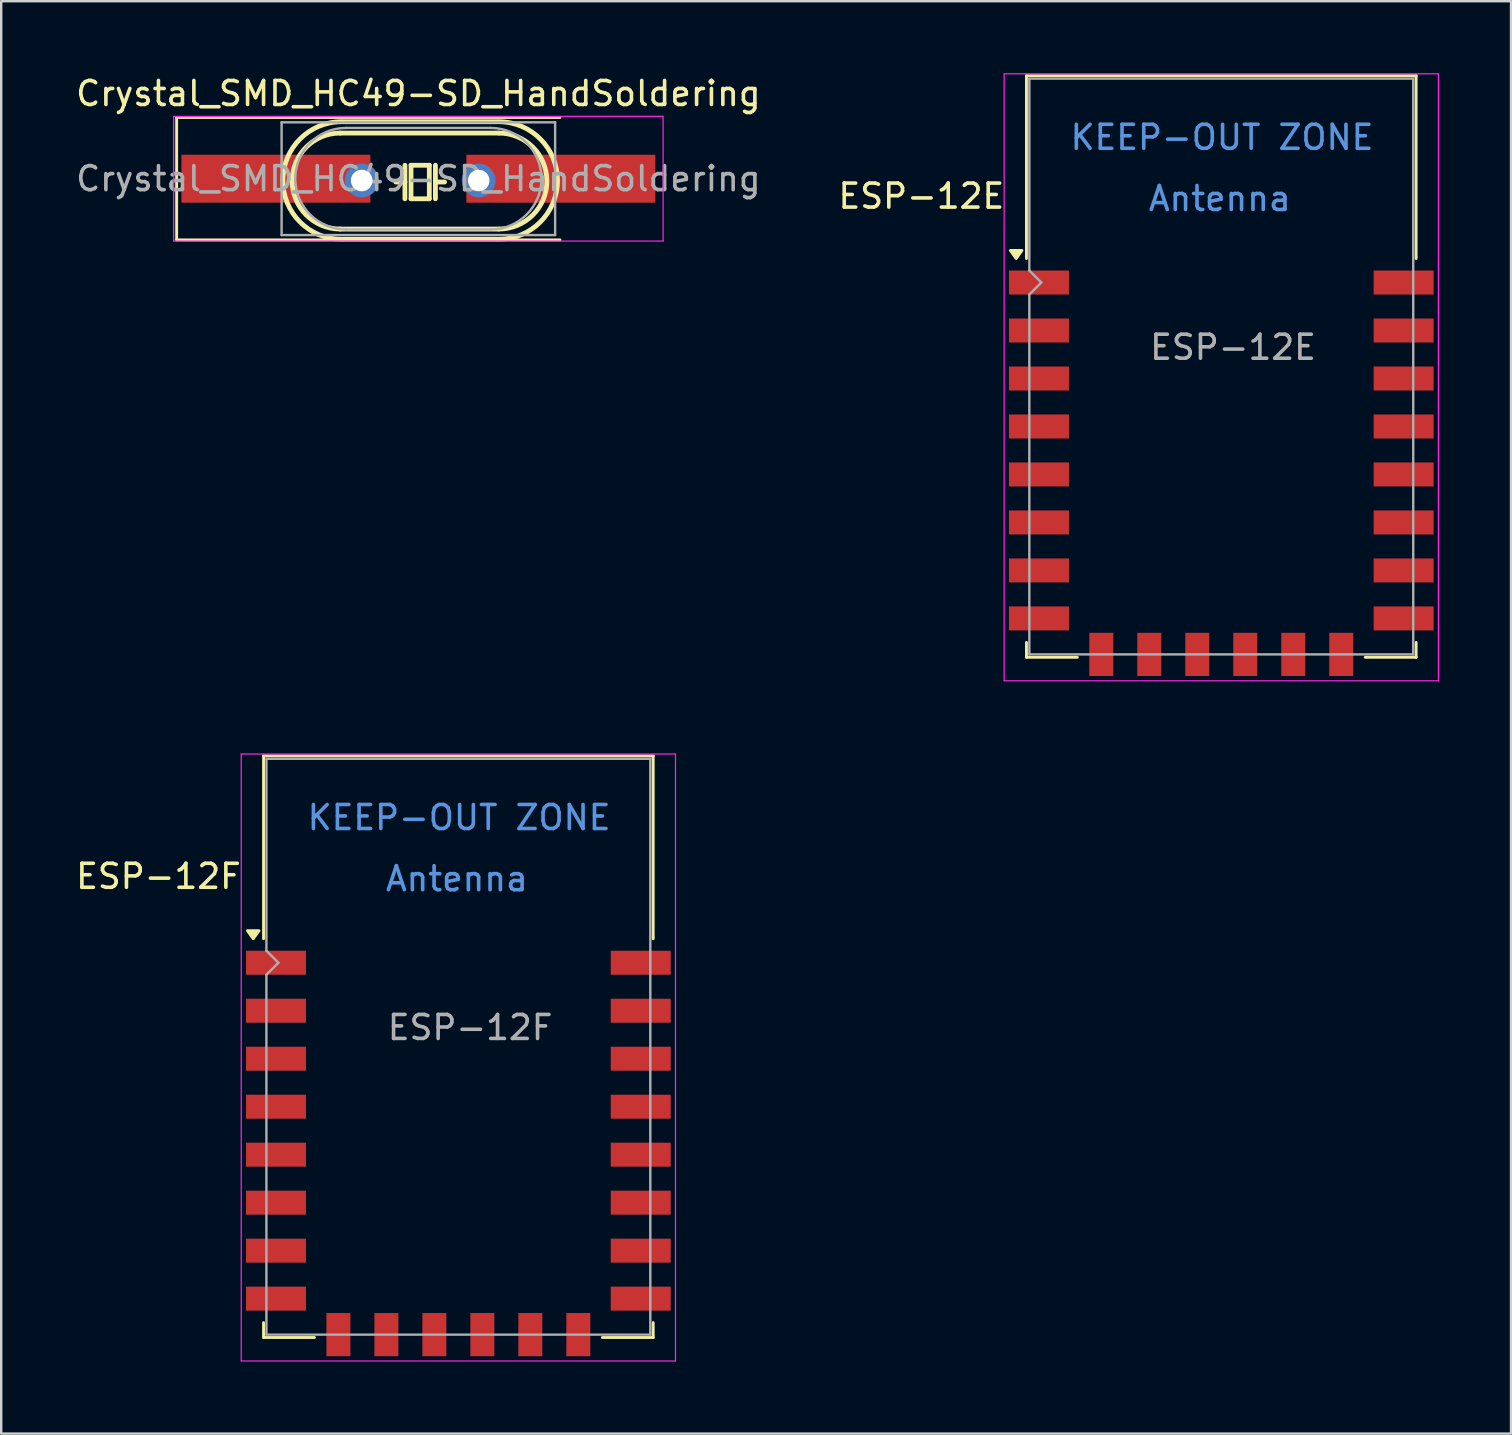
<source format=kicad_pcb>
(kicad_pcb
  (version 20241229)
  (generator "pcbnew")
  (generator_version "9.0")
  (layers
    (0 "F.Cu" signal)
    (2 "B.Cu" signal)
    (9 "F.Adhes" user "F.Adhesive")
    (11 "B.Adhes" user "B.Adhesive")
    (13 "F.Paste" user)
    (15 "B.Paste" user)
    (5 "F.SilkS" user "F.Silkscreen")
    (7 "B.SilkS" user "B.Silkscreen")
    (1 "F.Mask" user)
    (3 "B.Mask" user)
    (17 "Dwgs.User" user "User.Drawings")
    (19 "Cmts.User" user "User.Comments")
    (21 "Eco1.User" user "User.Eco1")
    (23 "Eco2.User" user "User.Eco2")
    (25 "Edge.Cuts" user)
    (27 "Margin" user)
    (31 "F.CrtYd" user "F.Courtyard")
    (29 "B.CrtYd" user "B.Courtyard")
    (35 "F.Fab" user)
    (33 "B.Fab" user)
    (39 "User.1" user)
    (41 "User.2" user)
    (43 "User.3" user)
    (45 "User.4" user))
  (footprint "Crystal_SMD_HC49-SD_HandSoldering"
    (layer "F.Cu")
    (at 14.387 4.398)
    (property "Reference" "Crystal_SMD_HC49-SD_HandSoldering" (at 0 -3.55 180) (layer "F.SilkS") (effects (font (size 1 1) (thickness 0.15))))
    (attr smd)
    (fp_line (start -10.075 -2.55) (end -10.075 2.55) (stroke (width 0.12) (type solid)) (layer "F.SilkS"))
    (fp_line (start -10.075 2.55) (end 5.9 2.55) (stroke (width 0.12) (type solid)) (layer "F.SilkS"))
    (fp_line (start -0.56 -0.56) (end -0.56 0.837) (stroke (width 0.2) (type default)) (layer "F.SilkS"))
    (fp_line (start -0.56 0.138) (end -0.941 0.138) (stroke (width 0.2) (type default)) (layer "F.SilkS"))
    (fp_line (start -0.306 -0.56) (end -0.306 0.837) (stroke (width 0.2) (type default)) (layer "F.SilkS"))
    (fp_line (start 0.456 -0.56) (end -0.306 -0.56) (stroke (width 0.2) (type default)) (layer "F.SilkS"))
    (fp_line (start 0.456 -0.56) (end 0.456 0.837) (stroke (width 0.2) (type default)) (layer "F.SilkS"))
    (fp_line (start 0.456 0.837) (end -0.306 0.837) (stroke (width 0.2) (type default)) (layer "F.SilkS"))
    (fp_line (start 0.71 -0.56) (end 0.71 0.837) (stroke (width 0.2) (type default)) (layer "F.SilkS"))
    (fp_line (start 1.091 0.138) (end 0.71 0.138) (stroke (width 0.2) (type default)) (layer "F.SilkS"))
    (fp_line (start 3.275 -2.375) (end -3.125 -2.375) (stroke (width 0.2) (type default)) (layer "F.SilkS"))
    (fp_line (start 3.275 2.525) (end -3.125 2.525) (stroke (width 0.2) (type default)) (layer "F.SilkS"))
    (fp_line (start 3.356 -1.902) (end -3.259 -1.902) (stroke (width 0.2) (type default)) (layer "F.SilkS"))
    (fp_line (start 3.356 2.098) (end -3.259 2.098) (stroke (width 0.2) (type default)) (layer "F.SilkS"))
    (fp_line (start 5.9 -2.55) (end -10.075 -2.55) (stroke (width 0.12) (type solid)) (layer "F.SilkS"))
    (fp_arc (start -3.259435 2.098184) (mid -5.259435 0.098184) (end -3.259435 -1.901816) (stroke (width 0.2) (type default)) (layer "F.SilkS"))
    (fp_arc (start -3.198435 2.524684) (mid -5.648435 0.074684) (end -3.198435 -2.375316) (stroke (width 0.2) (type default)) (layer "F.SilkS"))
    (fp_arc (start 3.347565 -2.375316) (mid 5.797565 0.074684) (end 3.347565 2.524684) (stroke (width 0.2) (type default)) (layer "F.SilkS"))
    (fp_arc (start 3.356065 -1.901816) (mid 5.356065 0.098184) (end 3.356065 2.098184) (stroke (width 0.2) (type default)) (layer "F.SilkS"))
    (fp_poly (pts (xy -6.525 2.425) (xy 6.675 2.425) (xy 6.675 -2.275) (xy -6.525 -2.275)) (stroke (width 0.1) (type default)) (fill no) (layer "Eco2.User"))
    (fp_line (start -10.2 -2.6) (end -10.2 2.6) (stroke (width 0.05) (type solid)) (layer "F.CrtYd"))
    (fp_line (start -10.2 2.6) (end 10.2 2.6) (stroke (width 0.05) (type solid)) (layer "F.CrtYd"))
    (fp_line (start 10.2 -2.6) (end -10.2 -2.6) (stroke (width 0.05) (type solid)) (layer "F.CrtYd"))
    (fp_line (start 10.2 2.6) (end 10.2 -2.6) (stroke (width 0.05) (type solid)) (layer "F.CrtYd"))
    (fp_line (start -5.7 -2.35) (end -5.7 2.35) (stroke (width 0.1) (type solid)) (layer "F.Fab"))
    (fp_line (start -5.7 2.35) (end 5.7 2.35) (stroke (width 0.1) (type solid)) (layer "F.Fab"))
    (fp_line (start -3.015 -2.115) (end 3.015 -2.115) (stroke (width 0.1) (type solid)) (layer "F.Fab"))
    (fp_line (start -3.015 2.115) (end 3.015 2.115) (stroke (width 0.1) (type solid)) (layer "F.Fab"))
    (fp_line (start 5.7 -2.35) (end -5.7 -2.35) (stroke (width 0.1) (type solid)) (layer "F.Fab"))
    (fp_line (start 5.7 2.35) (end 5.7 -2.35) (stroke (width 0.1) (type solid)) (layer "F.Fab"))
    (fp_arc (start -3.015 2.115) (mid -5.13 0) (end -3.015 -2.115) (stroke (width 0.1) (type solid)) (layer "F.Fab"))
    (fp_arc (start 3.015 -2.115) (mid 5.13 0) (end 3.015 2.115) (stroke (width 0.1) (type solid)) (layer "F.Fab"))
    (fp_text user "${REFERENCE}" (at 0 0 180) (layer "F.Fab") (effects (font (size 1 1) (thickness 0.15))))
    (pad "1" smd rect (at -5.938 0) (size 7.875 2) (layers "F.Cu" "F.Mask" "F.Paste"))
    (pad "1" thru_hole circle (at -2.363 0.075) (size 1.4 1.4) (drill 0.9) (layers "*.Cu" "*.Mask"))
    (pad "2" thru_hole circle (at 2.513 0.075) (size 1.4 1.4) (drill 0.9) (layers "*.Cu" "*.Mask"))
    (pad "2" smd rect (at 5.938 0) (size 7.875 2) (layers "F.Cu" "F.Mask" "F.Paste")))
  (footprint "ESP-12F"
    (layer "F.Cu")
    (at 16.054 40.575)
    (property "Reference" "ESP-12F" (at -12.5 -7.1 0) (layer "F.SilkS") (effects (font (size 1 1) (thickness 0.15))))
    (attr smd)
    (fp_line (start -8.12 -12.12) (end 8.12 -12.12) (stroke (width 0.12) (type solid)) (layer "F.SilkS"))
    (fp_line (start -8.12 -4.5) (end -8.12 -12.12) (stroke (width 0.12) (type solid)) (layer "F.SilkS"))
    (fp_line (start -8.12 12.12) (end -8.12 11.5) (stroke (width 0.12) (type solid)) (layer "F.SilkS"))
    (fp_line (start -6 12.12) (end -8.12 12.12) (stroke (width 0.12) (type solid)) (layer "F.SilkS"))
    (fp_line (start 8.12 -12.12) (end 8.12 -4.5) (stroke (width 0.12) (type solid)) (layer "F.SilkS"))
    (fp_line (start 8.12 11.5) (end 8.12 12.12) (stroke (width 0.12) (type solid)) (layer "F.SilkS"))
    (fp_line (start 8.12 12.12) (end 6 12.12) (stroke (width 0.12) (type solid)) (layer "F.SilkS"))
    (fp_poly (pts (xy -8.55 -4.5) (xy -8.79 -4.836) (xy -8.31 -4.836) (xy -8.55 -4.5)) (stroke (width 0.12) (type solid)) (fill yes) (layer "F.SilkS"))
    (fp_line (start -9.05 -12.2) (end 9.05 -12.2) (stroke (width 0.05) (type solid)) (layer "F.CrtYd"))
    (fp_line (start -9.05 13.1) (end -9.05 -12.2) (stroke (width 0.05) (type solid)) (layer "F.CrtYd"))
    (fp_line (start 9.05 -12.2) (end 9.05 13.1) (stroke (width 0.05) (type solid)) (layer "F.CrtYd"))
    (fp_line (start 9.05 13.1) (end -9.05 13.1) (stroke (width 0.05) (type solid)) (layer "F.CrtYd"))
    (fp_line (start -8 -12) (end 8 -12) (stroke (width 0.1) (type solid)) (layer "F.Fab"))
    (fp_line (start -8 -4) (end -8 -12) (stroke (width 0.1) (type solid)) (layer "F.Fab"))
    (fp_line (start -8 -3) (end -7.5 -3.5) (stroke (width 0.1) (type solid)) (layer "F.Fab"))
    (fp_line (start -8 12) (end -8 -3) (stroke (width 0.1) (type solid)) (layer "F.Fab"))
    (fp_line (start -7.5 -3.5) (end -8 -4) (stroke (width 0.1) (type solid)) (layer "F.Fab"))
    (fp_line (start 8 -12) (end 8 12) (stroke (width 0.1) (type solid)) (layer "F.Fab"))
    (fp_line (start 8 12) (end -8 12) (stroke (width 0.1) (type solid)) (layer "F.Fab"))
    (fp_text user "Antenna" (at -0.06 -7 180) (layer "Cmts.User") (effects (font (size 1 1) (thickness 0.15))))
    (fp_text user "KEEP-OUT ZONE" (at 0.03 -9.55 180) (layer "Cmts.User") (effects (font (size 1 1) (thickness 0.15))))
    (fp_text user "${REFERENCE}" (at 0.49 -0.8 0) (layer "F.Fab") (effects (font (size 1 1) (thickness 0.15))))
    (pad "1" smd rect (at -7.6 -3.5) (size 2.5 1) (layers "F.Cu" "F.Mask" "F.Paste"))
    (pad "2" smd rect (at -7.6 -1.5) (size 2.5 1) (layers "F.Cu" "F.Mask" "F.Paste"))
    (pad "3" smd rect (at -7.6 0.5) (size 2.5 1) (layers "F.Cu" "F.Mask" "F.Paste"))
    (pad "4" smd rect (at -7.6 2.5) (size 2.5 1) (layers "F.Cu" "F.Mask" "F.Paste"))
    (pad "5" smd rect (at -7.6 4.5) (size 2.5 1) (layers "F.Cu" "F.Mask" "F.Paste"))
    (pad "6" smd rect (at -7.6 6.5) (size 2.5 1) (layers "F.Cu" "F.Mask" "F.Paste"))
    (pad "7" smd rect (at -7.6 8.5) (size 2.5 1) (layers "F.Cu" "F.Mask" "F.Paste"))
    (pad "8" smd rect (at -7.6 10.5) (size 2.5 1) (layers "F.Cu" "F.Mask" "F.Paste"))
    (pad "9" smd rect (at -5 12) (size 1 1.8) (layers "F.Cu" "F.Mask" "F.Paste"))
    (pad "10" smd rect (at -3 12) (size 1 1.8) (layers "F.Cu" "F.Mask" "F.Paste"))
    (pad "11" smd rect (at -1 12) (size 1 1.8) (layers "F.Cu" "F.Mask" "F.Paste"))
    (pad "12" smd rect (at 1 12) (size 1 1.8) (layers "F.Cu" "F.Mask" "F.Paste"))
    (pad "13" smd rect (at 3 12) (size 1 1.8) (layers "F.Cu" "F.Mask" "F.Paste"))
    (pad "14" smd rect (at 5 12) (size 1 1.8) (layers "F.Cu" "F.Mask" "F.Paste"))
    (pad "15" smd rect (at 7.6 10.5) (size 2.5 1) (layers "F.Cu" "F.Mask" "F.Paste"))
    (pad "16" smd rect (at 7.6 8.5) (size 2.5 1) (layers "F.Cu" "F.Mask" "F.Paste"))
    (pad "17" smd rect (at 7.6 6.5) (size 2.5 1) (layers "F.Cu" "F.Mask" "F.Paste"))
    (pad "18" smd rect (at 7.6 4.5) (size 2.5 1) (layers "F.Cu" "F.Mask" "F.Paste"))
    (pad "19" smd rect (at 7.6 2.5) (size 2.5 1) (layers "F.Cu" "F.Mask" "F.Paste"))
    (pad "20" smd rect (at 7.6 0.5) (size 2.5 1) (layers "F.Cu" "F.Mask" "F.Paste"))
    (pad "21" smd rect (at 7.6 -1.5) (size 2.5 1) (layers "F.Cu" "F.Mask" "F.Paste"))
    (pad "22" smd rect (at 7.6 -3.5) (size 2.5 1) (layers "F.Cu" "F.Mask" "F.Paste"))
    (zone (net_name "") (layers "F.Cu" "B.Cu") (hatch full 0.508) (connect_pads) (min_thickness 0.254) (filled_areas_thickness no) (keepout (tracks not_allowed) (vias not_allowed) (pads not_allowed) (copperpour not_allowed) (footprints not_allowed)) (placement (enabled no)) (fill) (polygon (pts (xy 7.934 35.775) (xy 24.174 35.775) (xy 24.174 28.455) (xy 7.934 28.455)))))
  (footprint "ESP-12E"
    (layer "F.Cu")
    (at 47.851 12.225)
    (property "Reference" "ESP-12E" (at -12.5 -7.1 0) (layer "F.SilkS") (effects (font (size 1 1) (thickness 0.15))))
    (attr smd)
    (fp_line (start -8.12 -12.12) (end 8.12 -12.12) (stroke (width 0.12) (type solid)) (layer "F.SilkS"))
    (fp_line (start -8.12 -4.5) (end -8.12 -12.12) (stroke (width 0.12) (type solid)) (layer "F.SilkS"))
    (fp_line (start -8.12 12.12) (end -8.12 11.5) (stroke (width 0.12) (type solid)) (layer "F.SilkS"))
    (fp_line (start -6 12.12) (end -8.12 12.12) (stroke (width 0.12) (type solid)) (layer "F.SilkS"))
    (fp_line (start 8.12 -12.12) (end 8.12 -4.5) (stroke (width 0.12) (type solid)) (layer "F.SilkS"))
    (fp_line (start 8.12 11.5) (end 8.12 12.12) (stroke (width 0.12) (type solid)) (layer "F.SilkS"))
    (fp_line (start 8.12 12.12) (end 6 12.12) (stroke (width 0.12) (type solid)) (layer "F.SilkS"))
    (fp_poly (pts (xy -8.55 -4.5) (xy -8.79 -4.836) (xy -8.31 -4.836) (xy -8.55 -4.5)) (stroke (width 0.12) (type solid)) (fill yes) (layer "F.SilkS"))
    (fp_line (start -9.05 -12.2) (end 9.05 -12.2) (stroke (width 0.05) (type solid)) (layer "F.CrtYd"))
    (fp_line (start -9.05 13.1) (end -9.05 -12.2) (stroke (width 0.05) (type solid)) (layer "F.CrtYd"))
    (fp_line (start 9.05 -12.2) (end 9.05 13.1) (stroke (width 0.05) (type solid)) (layer "F.CrtYd"))
    (fp_line (start 9.05 13.1) (end -9.05 13.1) (stroke (width 0.05) (type solid)) (layer "F.CrtYd"))
    (fp_line (start -8 -12) (end 8 -12) (stroke (width 0.1) (type solid)) (layer "F.Fab"))
    (fp_line (start -8 -4) (end -8 -12) (stroke (width 0.1) (type solid)) (layer "F.Fab"))
    (fp_line (start -8 -3) (end -7.5 -3.5) (stroke (width 0.1) (type solid)) (layer "F.Fab"))
    (fp_line (start -8 12) (end -8 -3) (stroke (width 0.1) (type solid)) (layer "F.Fab"))
    (fp_line (start -7.5 -3.5) (end -8 -4) (stroke (width 0.1) (type solid)) (layer "F.Fab"))
    (fp_line (start 8 -12) (end 8 12) (stroke (width 0.1) (type solid)) (layer "F.Fab"))
    (fp_line (start 8 12) (end -8 12) (stroke (width 0.1) (type solid)) (layer "F.Fab"))
    (fp_text user "Antenna" (at -0.06 -7 180) (layer "Cmts.User") (effects (font (size 1 1) (thickness 0.15))))
    (fp_text user "KEEP-OUT ZONE" (at 0.03 -9.55 180) (layer "Cmts.User") (effects (font (size 1 1) (thickness 0.15))))
    (fp_text user "${REFERENCE}" (at 0.49 -0.8 0) (layer "F.Fab") (effects (font (size 1 1) (thickness 0.15))))
    (pad "1" smd rect (at -7.6 -3.5) (size 2.5 1) (layers "F.Cu" "F.Mask" "F.Paste"))
    (pad "2" smd rect (at -7.6 -1.5) (size 2.5 1) (layers "F.Cu" "F.Mask" "F.Paste"))
    (pad "3" smd rect (at -7.6 0.5) (size 2.5 1) (layers "F.Cu" "F.Mask" "F.Paste"))
    (pad "4" smd rect (at -7.6 2.5) (size 2.5 1) (layers "F.Cu" "F.Mask" "F.Paste"))
    (pad "5" smd rect (at -7.6 4.5) (size 2.5 1) (layers "F.Cu" "F.Mask" "F.Paste"))
    (pad "6" smd rect (at -7.6 6.5) (size 2.5 1) (layers "F.Cu" "F.Mask" "F.Paste"))
    (pad "7" smd rect (at -7.6 8.5) (size 2.5 1) (layers "F.Cu" "F.Mask" "F.Paste"))
    (pad "8" smd rect (at -7.6 10.5) (size 2.5 1) (layers "F.Cu" "F.Mask" "F.Paste"))
    (pad "9" smd rect (at -5 12) (size 1 1.8) (layers "F.Cu" "F.Mask" "F.Paste"))
    (pad "10" smd rect (at -3 12) (size 1 1.8) (layers "F.Cu" "F.Mask" "F.Paste"))
    (pad "11" smd rect (at -1 12) (size 1 1.8) (layers "F.Cu" "F.Mask" "F.Paste"))
    (pad "12" smd rect (at 1 12) (size 1 1.8) (layers "F.Cu" "F.Mask" "F.Paste"))
    (pad "13" smd rect (at 3 12) (size 1 1.8) (layers "F.Cu" "F.Mask" "F.Paste"))
    (pad "14" smd rect (at 5 12) (size 1 1.8) (layers "F.Cu" "F.Mask" "F.Paste"))
    (pad "15" smd rect (at 7.6 10.5) (size 2.5 1) (layers "F.Cu" "F.Mask" "F.Paste"))
    (pad "16" smd rect (at 7.6 8.5) (size 2.5 1) (layers "F.Cu" "F.Mask" "F.Paste"))
    (pad "17" smd rect (at 7.6 6.5) (size 2.5 1) (layers "F.Cu" "F.Mask" "F.Paste"))
    (pad "18" smd rect (at 7.6 4.5) (size 2.5 1) (layers "F.Cu" "F.Mask" "F.Paste"))
    (pad "19" smd rect (at 7.6 2.5) (size 2.5 1) (layers "F.Cu" "F.Mask" "F.Paste"))
    (pad "20" smd rect (at 7.6 0.5) (size 2.5 1) (layers "F.Cu" "F.Mask" "F.Paste"))
    (pad "21" smd rect (at 7.6 -1.5) (size 2.5 1) (layers "F.Cu" "F.Mask" "F.Paste"))
    (pad "22" smd rect (at 7.6 -3.5) (size 2.5 1) (layers "F.Cu" "F.Mask" "F.Paste"))
    (zone (net_name "") (layers "F.Cu" "B.Cu") (hatch full 0.508) (connect_pads) (min_thickness 0.254) (filled_areas_thickness no) (keepout (tracks not_allowed) (vias not_allowed) (pads not_allowed) (copperpour not_allowed) (footprints not_allowed)) (placement (enabled no)) (fill) (polygon (pts (xy 39.731 7.425) (xy 55.971 7.425) (xy 55.971 0.105) (xy 39.731 0.105)))))
  (gr_rect
    (start -3 -3)
    (end 59.926 56.7)
    (stroke (width 0.1) (type default))
    (fill no)
    (layer "Edge.Cuts")))
</source>
